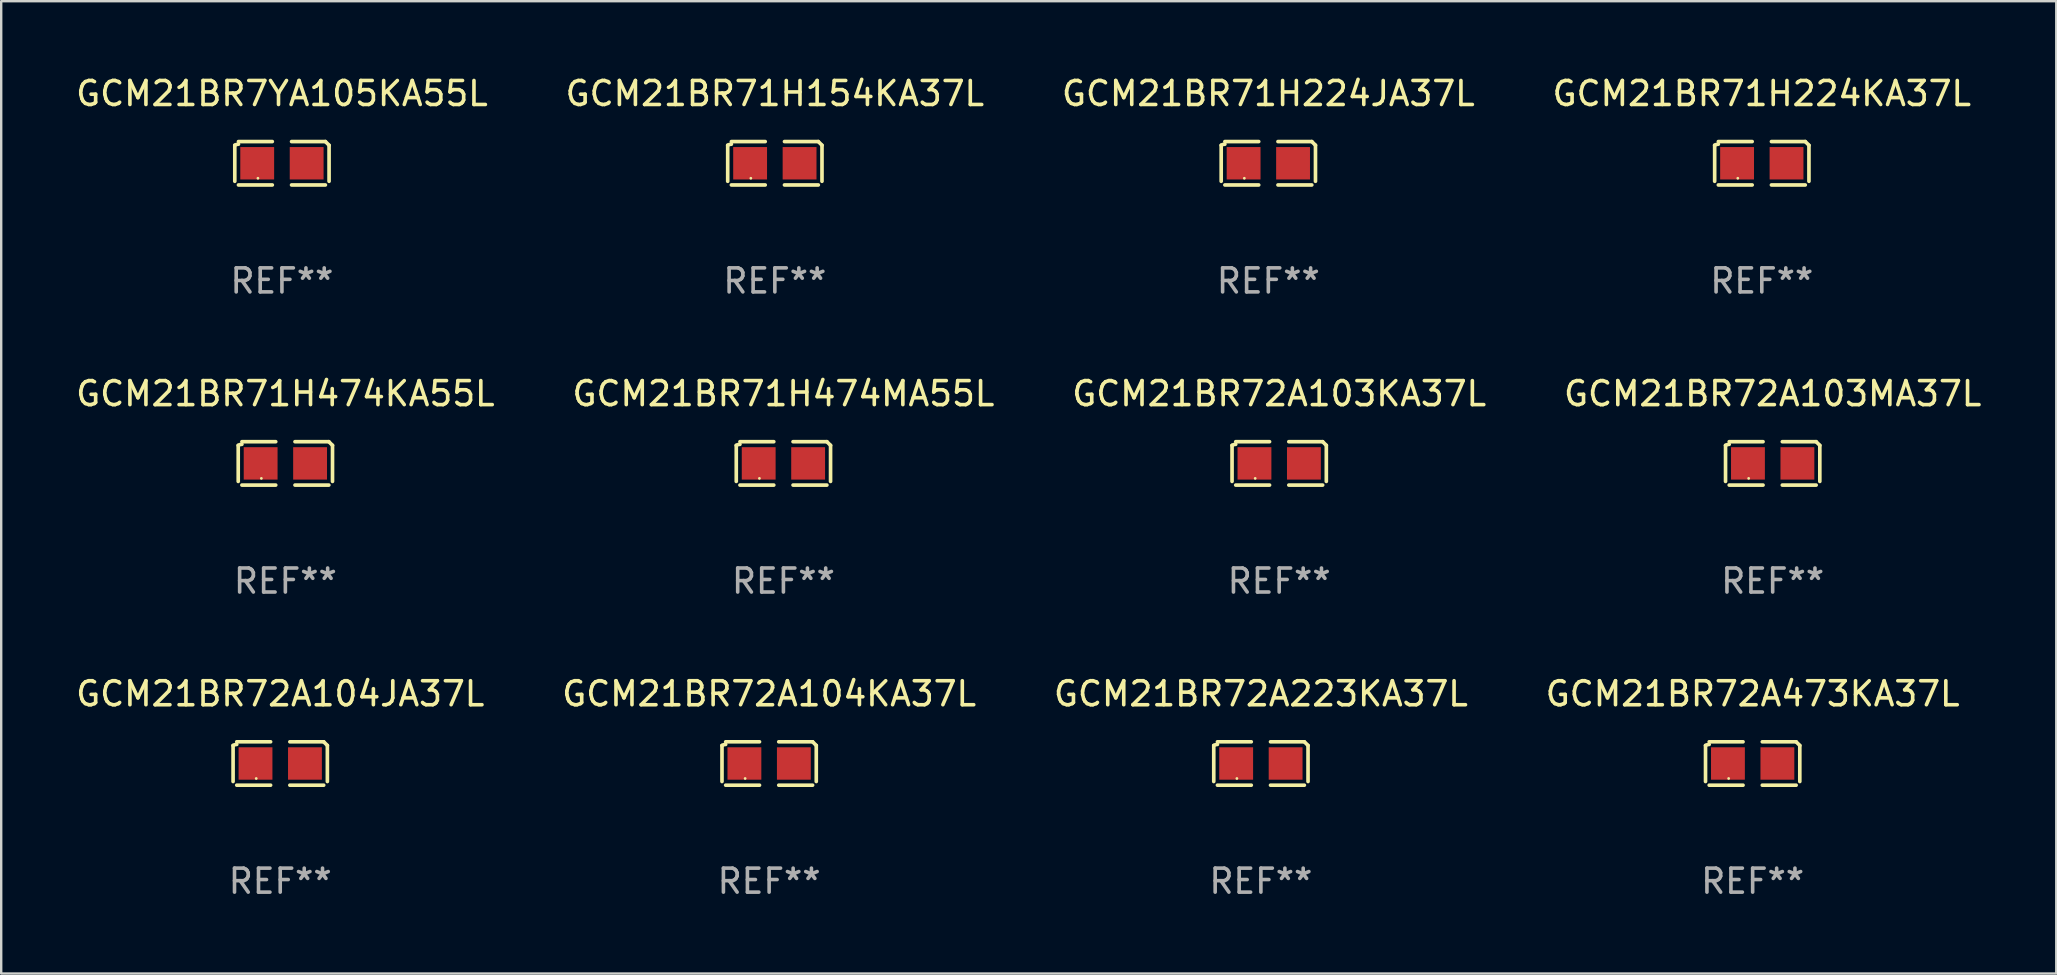
<source format=kicad_pcb>
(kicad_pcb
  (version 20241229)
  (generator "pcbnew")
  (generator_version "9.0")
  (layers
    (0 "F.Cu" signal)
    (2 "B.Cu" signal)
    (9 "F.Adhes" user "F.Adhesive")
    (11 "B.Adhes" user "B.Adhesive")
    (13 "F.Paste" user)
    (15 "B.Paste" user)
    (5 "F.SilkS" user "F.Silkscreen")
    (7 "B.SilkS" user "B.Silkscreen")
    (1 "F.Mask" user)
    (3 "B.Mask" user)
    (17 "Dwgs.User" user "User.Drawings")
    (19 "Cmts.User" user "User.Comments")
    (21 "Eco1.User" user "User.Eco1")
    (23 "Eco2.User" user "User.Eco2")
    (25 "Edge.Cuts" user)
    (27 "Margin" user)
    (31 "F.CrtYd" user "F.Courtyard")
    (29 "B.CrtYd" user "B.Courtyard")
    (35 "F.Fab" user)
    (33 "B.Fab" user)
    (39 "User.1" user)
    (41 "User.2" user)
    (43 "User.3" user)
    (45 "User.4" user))
  (footprint "GCM21BR72A473KA37L"
    (layer "F.Cu")
    (at 69.97 28.759)
    (property "Reference" "GCM21BR72A473KA37L" (at 0 -2.904 0) (layer "F.SilkS") (effects (font (size 1 1) (thickness 0.15))))
    (attr through_hole)
    (fp_line (start -1.964 0.751) (end -1.964 -0.751) (stroke (width 0.152) (type solid)) (layer "F.SilkS"))
    (fp_line (start -1.811 -0.904) (end -0.401 -0.904) (stroke (width 0.152) (type solid)) (layer "F.SilkS"))
    (fp_line (start -0.401 0.904) (end -1.811 0.904) (stroke (width 0.152) (type solid)) (layer "F.SilkS"))
    (fp_line (start 0.401 0.904) (end 1.811 0.904) (stroke (width 0.152) (type solid)) (layer "F.SilkS"))
    (fp_line (start 1.811 -0.904) (end 0.401 -0.904) (stroke (width 0.152) (type solid)) (layer "F.SilkS"))
    (fp_line (start 1.964 0.751) (end 1.964 -0.751) (stroke (width 0.152) (type solid)) (layer "F.SilkS"))
    (fp_arc (start -1.963602 -0.751207) (mid -1.890354 -0.783131) (end -1.811201 -0.794044) (stroke (width 0.1524) (type solid)) (layer "F.SilkS"))
    (fp_arc (start 1.811202 -0.903607) (mid 1.887413 -0.827418) (end 1.963602 -0.751207) (stroke (width 0.1524) (type solid)) (layer "F.SilkS"))
    (fp_circle (center -1 0.625) (end -0.97 0.625) (stroke (width 0.06) (type solid)) (fill no) (layer "F.SilkS"))
    (fp_text user "REF**" (at 0 4.904 0) (layer "F.Fab") (effects (font (size 1 1) (thickness 0.15))))
    (pad "1" smd rect (at -1.03 0) (size 1.41 1.35) (layers "F.Cu" "F.Mask" "F.Paste"))
    (pad "2" smd rect (at 1.03 0) (size 1.41 1.35) (layers "F.Cu" "F.Mask" "F.Paste")))
  (footprint "GCM21BR7YA105KA55L"
    (layer "F.Cu")
    (at 8.696 3.752)
    (property "Reference" "GCM21BR7YA105KA55L" (at 0 -2.904 0) (layer "F.SilkS") (effects (font (size 1 1) (thickness 0.15))))
    (attr through_hole)
    (fp_line (start -1.964 0.751) (end -1.964 -0.751) (stroke (width 0.152) (type solid)) (layer "F.SilkS"))
    (fp_line (start -1.811 -0.904) (end -0.401 -0.904) (stroke (width 0.152) (type solid)) (layer "F.SilkS"))
    (fp_line (start -0.401 0.904) (end -1.811 0.904) (stroke (width 0.152) (type solid)) (layer "F.SilkS"))
    (fp_line (start 0.401 0.904) (end 1.811 0.904) (stroke (width 0.152) (type solid)) (layer "F.SilkS"))
    (fp_line (start 1.811 -0.904) (end 0.401 -0.904) (stroke (width 0.152) (type solid)) (layer "F.SilkS"))
    (fp_line (start 1.964 0.751) (end 1.964 -0.751) (stroke (width 0.152) (type solid)) (layer "F.SilkS"))
    (fp_arc (start -1.963602 -0.751207) (mid -1.890354 -0.783131) (end -1.811201 -0.794044) (stroke (width 0.1524) (type solid)) (layer "F.SilkS"))
    (fp_arc (start 1.811202 -0.903607) (mid 1.887413 -0.827418) (end 1.963602 -0.751207) (stroke (width 0.1524) (type solid)) (layer "F.SilkS"))
    (fp_circle (center -1 0.625) (end -0.97 0.625) (stroke (width 0.06) (type solid)) (fill no) (layer "F.SilkS"))
    (fp_text user "REF**" (at 0 4.904 0) (layer "F.Fab") (effects (font (size 1 1) (thickness 0.15))))
    (pad "1" smd rect (at -1.03 0) (size 1.41 1.35) (layers "F.Cu" "F.Mask" "F.Paste"))
    (pad "2" smd rect (at 1.03 0) (size 1.41 1.35) (layers "F.Cu" "F.Mask" "F.Paste")))
  (footprint "GCM21BR71H474MA55L"
    (layer "F.Cu")
    (at 29.589 16.256)
    (property "Reference" "GCM21BR71H474MA55L" (at 0 -2.904 0) (layer "F.SilkS") (effects (font (size 1 1) (thickness 0.15))))
    (attr through_hole)
    (fp_line (start -1.964 0.751) (end -1.964 -0.751) (stroke (width 0.152) (type solid)) (layer "F.SilkS"))
    (fp_line (start -1.811 -0.904) (end -0.401 -0.904) (stroke (width 0.152) (type solid)) (layer "F.SilkS"))
    (fp_line (start -0.401 0.904) (end -1.811 0.904) (stroke (width 0.152) (type solid)) (layer "F.SilkS"))
    (fp_line (start 0.401 0.904) (end 1.811 0.904) (stroke (width 0.152) (type solid)) (layer "F.SilkS"))
    (fp_line (start 1.811 -0.904) (end 0.401 -0.904) (stroke (width 0.152) (type solid)) (layer "F.SilkS"))
    (fp_line (start 1.964 0.751) (end 1.964 -0.751) (stroke (width 0.152) (type solid)) (layer "F.SilkS"))
    (fp_arc (start -1.963602 -0.751207) (mid -1.890354 -0.783131) (end -1.811201 -0.794044) (stroke (width 0.1524) (type solid)) (layer "F.SilkS"))
    (fp_arc (start 1.811202 -0.903607) (mid 1.887413 -0.827418) (end 1.963602 -0.751207) (stroke (width 0.1524) (type solid)) (layer "F.SilkS"))
    (fp_circle (center -1 0.625) (end -0.97 0.625) (stroke (width 0.06) (type solid)) (fill no) (layer "F.SilkS"))
    (fp_text user "REF**" (at 0 4.904 0) (layer "F.Fab") (effects (font (size 1 1) (thickness 0.15))))
    (pad "1" smd rect (at -1.03 0) (size 1.41 1.35) (layers "F.Cu" "F.Mask" "F.Paste"))
    (pad "2" smd rect (at 1.03 0) (size 1.41 1.35) (layers "F.Cu" "F.Mask" "F.Paste")))
  (footprint "GCM21BR71H474KA55L"
    (layer "F.Cu")
    (at 8.839 16.256)
    (property "Reference" "GCM21BR71H474KA55L" (at 0 -2.904 0) (layer "F.SilkS") (effects (font (size 1 1) (thickness 0.15))))
    (attr through_hole)
    (fp_line (start -1.964 0.751) (end -1.964 -0.751) (stroke (width 0.152) (type solid)) (layer "F.SilkS"))
    (fp_line (start -1.811 -0.904) (end -0.401 -0.904) (stroke (width 0.152) (type solid)) (layer "F.SilkS"))
    (fp_line (start -0.401 0.904) (end -1.811 0.904) (stroke (width 0.152) (type solid)) (layer "F.SilkS"))
    (fp_line (start 0.401 0.904) (end 1.811 0.904) (stroke (width 0.152) (type solid)) (layer "F.SilkS"))
    (fp_line (start 1.811 -0.904) (end 0.401 -0.904) (stroke (width 0.152) (type solid)) (layer "F.SilkS"))
    (fp_line (start 1.964 0.751) (end 1.964 -0.751) (stroke (width 0.152) (type solid)) (layer "F.SilkS"))
    (fp_arc (start -1.963602 -0.751207) (mid -1.890354 -0.783131) (end -1.811201 -0.794044) (stroke (width 0.1524) (type solid)) (layer "F.SilkS"))
    (fp_arc (start 1.811202 -0.903607) (mid 1.887413 -0.827418) (end 1.963602 -0.751207) (stroke (width 0.1524) (type solid)) (layer "F.SilkS"))
    (fp_circle (center -1 0.625) (end -0.97 0.625) (stroke (width 0.06) (type solid)) (fill no) (layer "F.SilkS"))
    (fp_text user "REF**" (at 0 4.904 0) (layer "F.Fab") (effects (font (size 1 1) (thickness 0.15))))
    (pad "1" smd rect (at -1.03 0) (size 1.41 1.35) (layers "F.Cu" "F.Mask" "F.Paste"))
    (pad "2" smd rect (at 1.03 0) (size 1.41 1.35) (layers "F.Cu" "F.Mask" "F.Paste")))
  (footprint "GCM21BR72A104KA37L"
    (layer "F.Cu")
    (at 28.994 28.759)
    (property "Reference" "GCM21BR72A104KA37L" (at 0 -2.904 0) (layer "F.SilkS") (effects (font (size 1 1) (thickness 0.15))))
    (attr through_hole)
    (fp_line (start -1.964 0.751) (end -1.964 -0.751) (stroke (width 0.152) (type solid)) (layer "F.SilkS"))
    (fp_line (start -1.811 -0.904) (end -0.401 -0.904) (stroke (width 0.152) (type solid)) (layer "F.SilkS"))
    (fp_line (start -0.401 0.904) (end -1.811 0.904) (stroke (width 0.152) (type solid)) (layer "F.SilkS"))
    (fp_line (start 0.401 0.904) (end 1.811 0.904) (stroke (width 0.152) (type solid)) (layer "F.SilkS"))
    (fp_line (start 1.811 -0.904) (end 0.401 -0.904) (stroke (width 0.152) (type solid)) (layer "F.SilkS"))
    (fp_line (start 1.964 0.751) (end 1.964 -0.751) (stroke (width 0.152) (type solid)) (layer "F.SilkS"))
    (fp_arc (start -1.963602 -0.751207) (mid -1.890354 -0.783131) (end -1.811201 -0.794044) (stroke (width 0.1524) (type solid)) (layer "F.SilkS"))
    (fp_arc (start 1.811202 -0.903607) (mid 1.887413 -0.827418) (end 1.963602 -0.751207) (stroke (width 0.1524) (type solid)) (layer "F.SilkS"))
    (fp_circle (center -1 0.625) (end -0.97 0.625) (stroke (width 0.06) (type solid)) (fill no) (layer "F.SilkS"))
    (fp_text user "REF**" (at 0 4.904 0) (layer "F.Fab") (effects (font (size 1 1) (thickness 0.15))))
    (pad "1" smd rect (at -1.03 0) (size 1.41 1.35) (layers "F.Cu" "F.Mask" "F.Paste"))
    (pad "2" smd rect (at 1.03 0) (size 1.41 1.35) (layers "F.Cu" "F.Mask" "F.Paste")))
  (footprint "GCM21BR71H224KA37L"
    (layer "F.Cu")
    (at 70.351 3.752)
    (property "Reference" "GCM21BR71H224KA37L" (at 0 -2.904 0) (layer "F.SilkS") (effects (font (size 1 1) (thickness 0.15))))
    (attr through_hole)
    (fp_line (start -1.964 0.751) (end -1.964 -0.751) (stroke (width 0.152) (type solid)) (layer "F.SilkS"))
    (fp_line (start -1.811 -0.904) (end -0.401 -0.904) (stroke (width 0.152) (type solid)) (layer "F.SilkS"))
    (fp_line (start -0.401 0.904) (end -1.811 0.904) (stroke (width 0.152) (type solid)) (layer "F.SilkS"))
    (fp_line (start 0.401 0.904) (end 1.811 0.904) (stroke (width 0.152) (type solid)) (layer "F.SilkS"))
    (fp_line (start 1.811 -0.904) (end 0.401 -0.904) (stroke (width 0.152) (type solid)) (layer "F.SilkS"))
    (fp_line (start 1.964 0.751) (end 1.964 -0.751) (stroke (width 0.152) (type solid)) (layer "F.SilkS"))
    (fp_arc (start -1.963602 -0.751207) (mid -1.890354 -0.783131) (end -1.811201 -0.794044) (stroke (width 0.1524) (type solid)) (layer "F.SilkS"))
    (fp_arc (start 1.811202 -0.903607) (mid 1.887413 -0.827418) (end 1.963602 -0.751207) (stroke (width 0.1524) (type solid)) (layer "F.SilkS"))
    (fp_circle (center -1 0.625) (end -0.97 0.625) (stroke (width 0.06) (type solid)) (fill no) (layer "F.SilkS"))
    (fp_text user "REF**" (at 0 4.904 0) (layer "F.Fab") (effects (font (size 1 1) (thickness 0.15))))
    (pad "1" smd rect (at -1.03 0) (size 1.41 1.35) (layers "F.Cu" "F.Mask" "F.Paste"))
    (pad "2" smd rect (at 1.03 0) (size 1.41 1.35) (layers "F.Cu" "F.Mask" "F.Paste")))
  (footprint "GCM21BR71H224JA37L"
    (layer "F.Cu")
    (at 49.792 3.752)
    (property "Reference" "GCM21BR71H224JA37L" (at 0 -2.904 0) (layer "F.SilkS") (effects (font (size 1 1) (thickness 0.15))))
    (attr through_hole)
    (fp_line (start -1.964 0.751) (end -1.964 -0.751) (stroke (width 0.152) (type solid)) (layer "F.SilkS"))
    (fp_line (start -1.811 -0.904) (end -0.401 -0.904) (stroke (width 0.152) (type solid)) (layer "F.SilkS"))
    (fp_line (start -0.401 0.904) (end -1.811 0.904) (stroke (width 0.152) (type solid)) (layer "F.SilkS"))
    (fp_line (start 0.401 0.904) (end 1.811 0.904) (stroke (width 0.152) (type solid)) (layer "F.SilkS"))
    (fp_line (start 1.811 -0.904) (end 0.401 -0.904) (stroke (width 0.152) (type solid)) (layer "F.SilkS"))
    (fp_line (start 1.964 0.751) (end 1.964 -0.751) (stroke (width 0.152) (type solid)) (layer "F.SilkS"))
    (fp_arc (start -1.963602 -0.751207) (mid -1.890354 -0.783131) (end -1.811201 -0.794044) (stroke (width 0.1524) (type solid)) (layer "F.SilkS"))
    (fp_arc (start 1.811202 -0.903607) (mid 1.887413 -0.827418) (end 1.963602 -0.751207) (stroke (width 0.1524) (type solid)) (layer "F.SilkS"))
    (fp_circle (center -1 0.625) (end -0.97 0.625) (stroke (width 0.06) (type solid)) (fill no) (layer "F.SilkS"))
    (fp_text user "REF**" (at 0 4.904 0) (layer "F.Fab") (effects (font (size 1 1) (thickness 0.15))))
    (pad "1" smd rect (at -1.03 0) (size 1.41 1.35) (layers "F.Cu" "F.Mask" "F.Paste"))
    (pad "2" smd rect (at 1.03 0) (size 1.41 1.35) (layers "F.Cu" "F.Mask" "F.Paste")))
  (footprint "GCM21BR72A104JA37L"
    (layer "F.Cu")
    (at 8.625 28.759)
    (property "Reference" "GCM21BR72A104JA37L" (at 0 -2.904 0) (layer "F.SilkS") (effects (font (size 1 1) (thickness 0.15))))
    (attr through_hole)
    (fp_line (start -1.964 0.751) (end -1.964 -0.751) (stroke (width 0.152) (type solid)) (layer "F.SilkS"))
    (fp_line (start -1.811 -0.904) (end -0.401 -0.904) (stroke (width 0.152) (type solid)) (layer "F.SilkS"))
    (fp_line (start -0.401 0.904) (end -1.811 0.904) (stroke (width 0.152) (type solid)) (layer "F.SilkS"))
    (fp_line (start 0.401 0.904) (end 1.811 0.904) (stroke (width 0.152) (type solid)) (layer "F.SilkS"))
    (fp_line (start 1.811 -0.904) (end 0.401 -0.904) (stroke (width 0.152) (type solid)) (layer "F.SilkS"))
    (fp_line (start 1.964 0.751) (end 1.964 -0.751) (stroke (width 0.152) (type solid)) (layer "F.SilkS"))
    (fp_arc (start -1.963602 -0.751207) (mid -1.890354 -0.783131) (end -1.811201 -0.794044) (stroke (width 0.1524) (type solid)) (layer "F.SilkS"))
    (fp_arc (start 1.811202 -0.903607) (mid 1.887413 -0.827418) (end 1.963602 -0.751207) (stroke (width 0.1524) (type solid)) (layer "F.SilkS"))
    (fp_circle (center -1 0.625) (end -0.97 0.625) (stroke (width 0.06) (type solid)) (fill no) (layer "F.SilkS"))
    (fp_text user "REF**" (at 0 4.904 0) (layer "F.Fab") (effects (font (size 1 1) (thickness 0.15))))
    (pad "1" smd rect (at -1.03 0) (size 1.41 1.35) (layers "F.Cu" "F.Mask" "F.Paste"))
    (pad "2" smd rect (at 1.03 0) (size 1.41 1.35) (layers "F.Cu" "F.Mask" "F.Paste")))
  (footprint "GCM21BR72A223KA37L"
    (layer "F.Cu")
    (at 49.482 28.759)
    (property "Reference" "GCM21BR72A223KA37L" (at 0 -2.904 0) (layer "F.SilkS") (effects (font (size 1 1) (thickness 0.15))))
    (attr through_hole)
    (fp_line (start -1.964 0.751) (end -1.964 -0.751) (stroke (width 0.152) (type solid)) (layer "F.SilkS"))
    (fp_line (start -1.811 -0.904) (end -0.401 -0.904) (stroke (width 0.152) (type solid)) (layer "F.SilkS"))
    (fp_line (start -0.401 0.904) (end -1.811 0.904) (stroke (width 0.152) (type solid)) (layer "F.SilkS"))
    (fp_line (start 0.401 0.904) (end 1.811 0.904) (stroke (width 0.152) (type solid)) (layer "F.SilkS"))
    (fp_line (start 1.811 -0.904) (end 0.401 -0.904) (stroke (width 0.152) (type solid)) (layer "F.SilkS"))
    (fp_line (start 1.964 0.751) (end 1.964 -0.751) (stroke (width 0.152) (type solid)) (layer "F.SilkS"))
    (fp_arc (start -1.963602 -0.751207) (mid -1.890354 -0.783131) (end -1.811201 -0.794044) (stroke (width 0.1524) (type solid)) (layer "F.SilkS"))
    (fp_arc (start 1.811202 -0.903607) (mid 1.887413 -0.827418) (end 1.963602 -0.751207) (stroke (width 0.1524) (type solid)) (layer "F.SilkS"))
    (fp_circle (center -1 0.625) (end -0.97 0.625) (stroke (width 0.06) (type solid)) (fill no) (layer "F.SilkS"))
    (fp_text user "REF**" (at 0 4.904 0) (layer "F.Fab") (effects (font (size 1 1) (thickness 0.15))))
    (pad "1" smd rect (at -1.03 0) (size 1.41 1.35) (layers "F.Cu" "F.Mask" "F.Paste"))
    (pad "2" smd rect (at 1.03 0) (size 1.41 1.35) (layers "F.Cu" "F.Mask" "F.Paste")))
  (footprint "GCM21BR72A103KA37L"
    (layer "F.Cu")
    (at 50.244 16.256)
    (property "Reference" "GCM21BR72A103KA37L" (at 0 -2.904 0) (layer "F.SilkS") (effects (font (size 1 1) (thickness 0.15))))
    (attr through_hole)
    (fp_line (start -1.964 0.751) (end -1.964 -0.751) (stroke (width 0.152) (type solid)) (layer "F.SilkS"))
    (fp_line (start -1.811 -0.904) (end -0.401 -0.904) (stroke (width 0.152) (type solid)) (layer "F.SilkS"))
    (fp_line (start -0.401 0.904) (end -1.811 0.904) (stroke (width 0.152) (type solid)) (layer "F.SilkS"))
    (fp_line (start 0.401 0.904) (end 1.811 0.904) (stroke (width 0.152) (type solid)) (layer "F.SilkS"))
    (fp_line (start 1.811 -0.904) (end 0.401 -0.904) (stroke (width 0.152) (type solid)) (layer "F.SilkS"))
    (fp_line (start 1.964 0.751) (end 1.964 -0.751) (stroke (width 0.152) (type solid)) (layer "F.SilkS"))
    (fp_arc (start -1.963602 -0.751207) (mid -1.890354 -0.783131) (end -1.811201 -0.794044) (stroke (width 0.1524) (type solid)) (layer "F.SilkS"))
    (fp_arc (start 1.811202 -0.903607) (mid 1.887413 -0.827418) (end 1.963602 -0.751207) (stroke (width 0.1524) (type solid)) (layer "F.SilkS"))
    (fp_circle (center -1 0.625) (end -0.97 0.625) (stroke (width 0.06) (type solid)) (fill no) (layer "F.SilkS"))
    (fp_text user "REF**" (at 0 4.904 0) (layer "F.Fab") (effects (font (size 1 1) (thickness 0.15))))
    (pad "1" smd rect (at -1.03 0) (size 1.41 1.35) (layers "F.Cu" "F.Mask" "F.Paste"))
    (pad "2" smd rect (at 1.03 0) (size 1.41 1.35) (layers "F.Cu" "F.Mask" "F.Paste")))
  (footprint "GCM21BR72A103MA37L"
    (layer "F.Cu")
    (at 70.804 16.256)
    (property "Reference" "GCM21BR72A103MA37L" (at 0 -2.904 0) (layer "F.SilkS") (effects (font (size 1 1) (thickness 0.15))))
    (attr through_hole)
    (fp_line (start -1.964 0.751) (end -1.964 -0.751) (stroke (width 0.152) (type solid)) (layer "F.SilkS"))
    (fp_line (start -1.811 -0.904) (end -0.401 -0.904) (stroke (width 0.152) (type solid)) (layer "F.SilkS"))
    (fp_line (start -0.401 0.904) (end -1.811 0.904) (stroke (width 0.152) (type solid)) (layer "F.SilkS"))
    (fp_line (start 0.401 0.904) (end 1.811 0.904) (stroke (width 0.152) (type solid)) (layer "F.SilkS"))
    (fp_line (start 1.811 -0.904) (end 0.401 -0.904) (stroke (width 0.152) (type solid)) (layer "F.SilkS"))
    (fp_line (start 1.964 0.751) (end 1.964 -0.751) (stroke (width 0.152) (type solid)) (layer "F.SilkS"))
    (fp_arc (start -1.963602 -0.751207) (mid -1.890354 -0.783131) (end -1.811201 -0.794044) (stroke (width 0.1524) (type solid)) (layer "F.SilkS"))
    (fp_arc (start 1.811202 -0.903607) (mid 1.887413 -0.827418) (end 1.963602 -0.751207) (stroke (width 0.1524) (type solid)) (layer "F.SilkS"))
    (fp_circle (center -1 0.625) (end -0.97 0.625) (stroke (width 0.06) (type solid)) (fill no) (layer "F.SilkS"))
    (fp_text user "REF**" (at 0 4.904 0) (layer "F.Fab") (effects (font (size 1 1) (thickness 0.15))))
    (pad "1" smd rect (at -1.03 0) (size 1.41 1.35) (layers "F.Cu" "F.Mask" "F.Paste"))
    (pad "2" smd rect (at 1.03 0) (size 1.41 1.35) (layers "F.Cu" "F.Mask" "F.Paste")))
  (footprint "GCM21BR71H154KA37L"
    (layer "F.Cu")
    (at 29.232 3.752)
    (property "Reference" "GCM21BR71H154KA37L" (at 0 -2.904 0) (layer "F.SilkS") (effects (font (size 1 1) (thickness 0.15))))
    (attr through_hole)
    (fp_line (start -1.964 0.751) (end -1.964 -0.751) (stroke (width 0.152) (type solid)) (layer "F.SilkS"))
    (fp_line (start -1.811 -0.904) (end -0.401 -0.904) (stroke (width 0.152) (type solid)) (layer "F.SilkS"))
    (fp_line (start -0.401 0.904) (end -1.811 0.904) (stroke (width 0.152) (type solid)) (layer "F.SilkS"))
    (fp_line (start 0.401 0.904) (end 1.811 0.904) (stroke (width 0.152) (type solid)) (layer "F.SilkS"))
    (fp_line (start 1.811 -0.904) (end 0.401 -0.904) (stroke (width 0.152) (type solid)) (layer "F.SilkS"))
    (fp_line (start 1.964 0.751) (end 1.964 -0.751) (stroke (width 0.152) (type solid)) (layer "F.SilkS"))
    (fp_arc (start -1.963602 -0.751207) (mid -1.890354 -0.783131) (end -1.811201 -0.794044) (stroke (width 0.1524) (type solid)) (layer "F.SilkS"))
    (fp_arc (start 1.811202 -0.903607) (mid 1.887413 -0.827418) (end 1.963602 -0.751207) (stroke (width 0.1524) (type solid)) (layer "F.SilkS"))
    (fp_circle (center -1 0.625) (end -0.97 0.625) (stroke (width 0.06) (type solid)) (fill no) (layer "F.SilkS"))
    (fp_text user "REF**" (at 0 4.904 0) (layer "F.Fab") (effects (font (size 1 1) (thickness 0.15))))
    (pad "1" smd rect (at -1.03 0) (size 1.41 1.35) (layers "F.Cu" "F.Mask" "F.Paste"))
    (pad "2" smd rect (at 1.03 0) (size 1.41 1.35) (layers "F.Cu" "F.Mask" "F.Paste")))
  (gr_rect
    (start -3 -3)
    (end 82.619 37.511)
    (stroke (width 0.1) (type default))
    (fill no)
    (layer "Edge.Cuts")))
</source>
